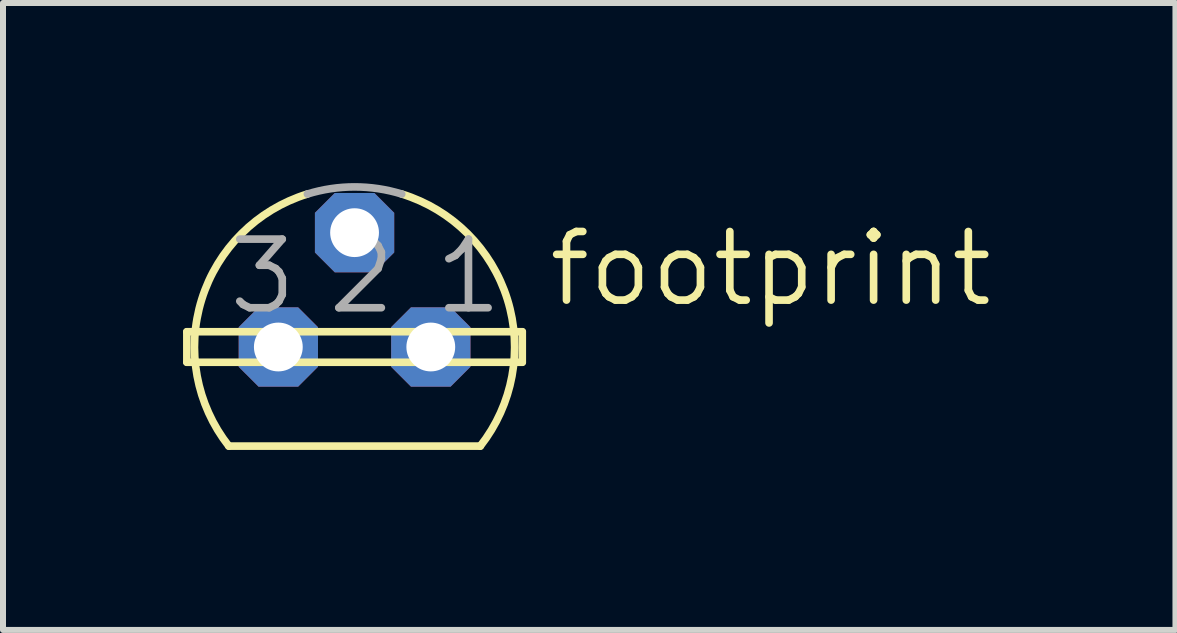
<source format=kicad_pcb>
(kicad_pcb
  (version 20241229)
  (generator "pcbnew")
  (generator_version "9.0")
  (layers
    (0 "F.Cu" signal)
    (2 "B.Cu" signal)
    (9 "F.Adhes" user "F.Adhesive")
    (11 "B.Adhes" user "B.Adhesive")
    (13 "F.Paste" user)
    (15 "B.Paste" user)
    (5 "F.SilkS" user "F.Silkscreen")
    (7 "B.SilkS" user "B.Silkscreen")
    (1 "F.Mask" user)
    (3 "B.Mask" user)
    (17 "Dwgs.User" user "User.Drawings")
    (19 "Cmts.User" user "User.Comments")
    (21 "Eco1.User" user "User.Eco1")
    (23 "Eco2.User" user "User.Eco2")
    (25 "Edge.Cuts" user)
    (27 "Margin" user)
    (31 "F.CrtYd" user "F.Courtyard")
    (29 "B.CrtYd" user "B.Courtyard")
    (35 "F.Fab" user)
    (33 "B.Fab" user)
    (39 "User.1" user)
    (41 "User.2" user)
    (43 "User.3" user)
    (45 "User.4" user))
  (footprint "footprint"
    (layer "F.Cu")
    (at 2.857 2.731)
    (property "Reference" "footprint" (at 3.175 -0.635 0) (layer "F.SilkS") (effects (font (size 1.143 1.143) (thickness 0.127)) (justify left bottom)))
    (fp_line (start -2.794 -0.254) (end 2.794 -0.254) (stroke (width 0.127) (type solid)) (layer "F.SilkS"))
    (fp_line (start -2.794 0.254) (end -2.794 -0.254) (stroke (width 0.127) (type solid)) (layer "F.SilkS"))
    (fp_line (start -2.095 1.651) (end 2.095 1.651) (stroke (width 0.127) (type solid)) (layer "F.SilkS"))
    (fp_line (start 2.794 -0.254) (end 2.794 0.254) (stroke (width 0.127) (type solid)) (layer "F.SilkS"))
    (fp_line (start 2.794 0.254) (end -2.794 0.254) (stroke (width 0.127) (type solid)) (layer "F.SilkS"))
    (fp_arc (start -2.0946 1.651) (mid -2.54634 -0.793276) (end -0.786301 -2.548501) (stroke (width 0.127) (type solid)) (layer "F.SilkS"))
    (fp_arc (start 0.7863 -2.5484) (mid 2.54627 -0.793202) (end 2.0945 1.650999) (stroke (width 0.127) (type solid)) (layer "F.SilkS"))
    (fp_arc (start -0.7863 -2.5485) (mid 0 -2.667043) (end 0.7863 -2.5485) (stroke (width 0.127) (type solid)) (layer "F.Fab"))
    (fp_text user "3" (at -2.159 -0.508 0) (layer "F.Fab") (effects (font (size 1.143 1.143) (thickness 0.127)) (justify left bottom)))
    (fp_text user "1" (at 1.27 -0.508 0) (layer "F.Fab") (effects (font (size 1.143 1.143) (thickness 0.127)) (justify left bottom)))
    (fp_text user "2" (at -0.508 -0.508 0) (layer "F.Fab") (effects (font (size 1.143 1.143) (thickness 0.127)) (justify left bottom)))
    (pad "1" thru_hole roundrect (at 1.27 0) (size 1.321 1.321) (drill 0.813) (layers "*.Cu" "*.Mask") (roundrect_rratio 0.25) (chamfer_ratio 0.25) (chamfer top_left top_right bottom_left bottom_right))
    (pad "2" thru_hole roundrect (at 0 -1.905) (size 1.321 1.321) (drill 0.813) (layers "*.Cu" "*.Mask") (roundrect_rratio 0.25) (chamfer_ratio 0.25) (chamfer top_left top_right bottom_left bottom_right))
    (pad "3" thru_hole roundrect (at -1.27 0) (size 1.321 1.321) (drill 0.813) (layers "*.Cu" "*.Mask") (roundrect_rratio 0.25) (chamfer_ratio 0.25) (chamfer top_left top_right bottom_left bottom_right)))
  (gr_rect
    (start -3 -3)
    (end 16.533 7.445)
    (stroke (width 0.1) (type default))
    (fill no)
    (layer "Edge.Cuts")))
</source>
